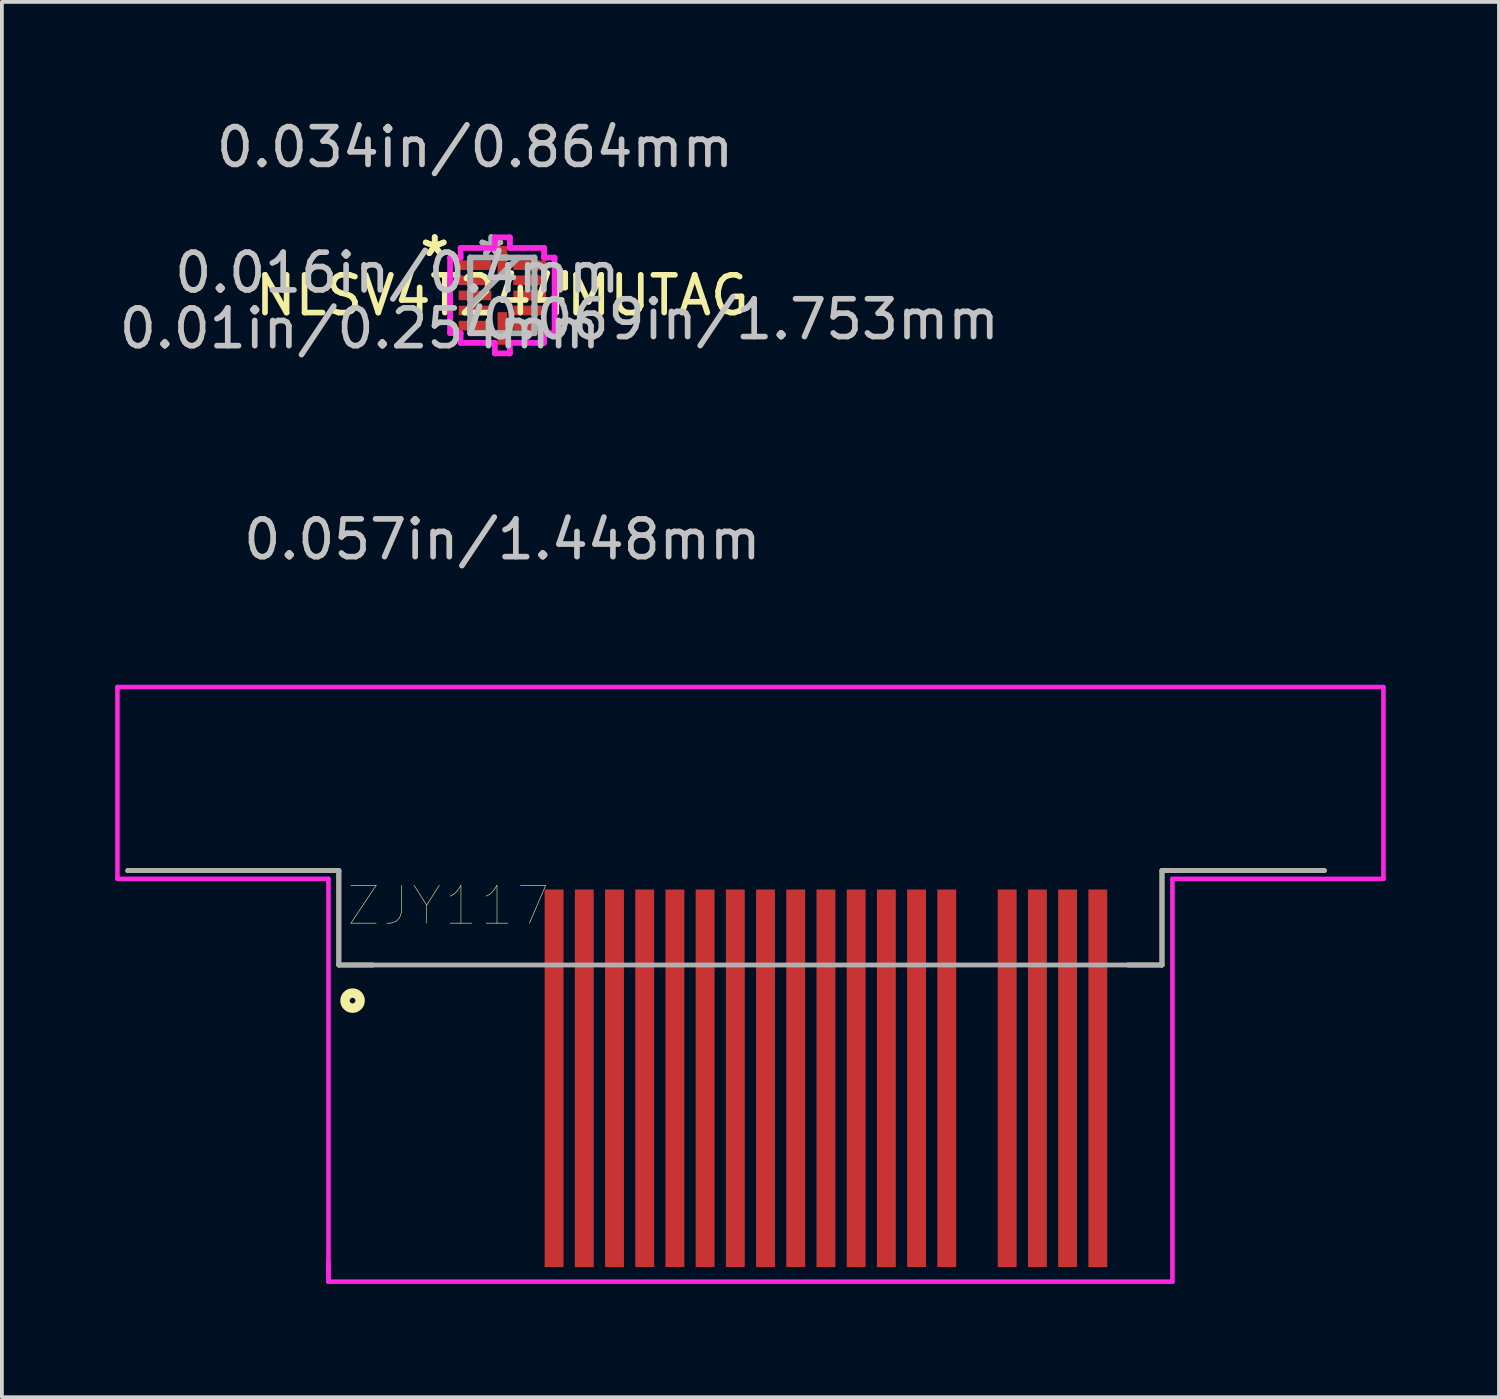
<source format=kicad_pcb>
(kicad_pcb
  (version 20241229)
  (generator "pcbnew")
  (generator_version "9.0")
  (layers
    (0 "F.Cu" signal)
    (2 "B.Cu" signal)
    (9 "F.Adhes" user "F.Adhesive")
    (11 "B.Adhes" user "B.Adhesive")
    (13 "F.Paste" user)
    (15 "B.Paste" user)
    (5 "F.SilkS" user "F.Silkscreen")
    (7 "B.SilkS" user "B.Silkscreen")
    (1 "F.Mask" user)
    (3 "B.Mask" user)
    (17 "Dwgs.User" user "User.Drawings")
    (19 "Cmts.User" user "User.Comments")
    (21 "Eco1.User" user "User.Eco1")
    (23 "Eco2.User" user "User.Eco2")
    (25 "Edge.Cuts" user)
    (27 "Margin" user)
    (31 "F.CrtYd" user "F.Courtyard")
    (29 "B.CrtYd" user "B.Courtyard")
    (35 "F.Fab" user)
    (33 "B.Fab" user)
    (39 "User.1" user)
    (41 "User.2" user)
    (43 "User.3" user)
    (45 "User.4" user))
  (footprint "ZJY117"
    (layer "F.Cu")
    (at 16.824 22.257)
    (property "Reference" "ZJY117" (at -8.001 -1.321 180) (layer "F.SilkS") (effects (font (size 1.003 1.003) (thickness 0.015))))
    (attr through_hole)
    (fp_line (start -10.9 -2.25) (end -16.49 -2.25) (stroke (width 0.127) (type solid)) (layer "F.SilkS"))
    (fp_line (start -10.9 0.25) (end -10.9 -2.25) (stroke (width 0.127) (type solid)) (layer "F.SilkS"))
    (fp_line (start -10.9 0.25) (end -10 0.25) (stroke (width 0.127) (type solid)) (layer "F.SilkS"))
    (fp_line (start 10.9 -2.25) (end 15.2 -2.25) (stroke (width 0.127) (type solid)) (layer "F.SilkS"))
    (fp_line (start 10.9 0.25) (end 10 0.25) (stroke (width 0.127) (type solid)) (layer "F.SilkS"))
    (fp_line (start 10.9 0.25) (end 10.9 -2.25) (stroke (width 0.127) (type solid)) (layer "F.SilkS"))
    (fp_circle (center -10.537 1.193) (end -10.337 1.193) (stroke (width 0.25) (type solid)) (fill no) (layer "F.SilkS"))
    (fp_line (start -16.764 -7.112) (end -16.764 -2.032) (stroke (width 0.12) (type solid)) (layer "F.CrtYd"))
    (fp_line (start -16.764 -2.032) (end -11.176 -2.032) (stroke (width 0.12) (type solid)) (layer "F.CrtYd"))
    (fp_line (start -11.176 -2.032) (end -11.176 8.636) (stroke (width 0.12) (type solid)) (layer "F.CrtYd"))
    (fp_line (start -11.176 8.636) (end -11.176 8.128) (stroke (width 0.12) (type solid)) (layer "F.CrtYd"))
    (fp_line (start -11.176 8.636) (end 11.176 8.636) (stroke (width 0.12) (type solid)) (layer "F.CrtYd"))
    (fp_line (start 11.176 -2.032) (end 16.764 -2.032) (stroke (width 0.12) (type solid)) (layer "F.CrtYd"))
    (fp_line (start 11.176 8.636) (end 11.176 -2.032) (stroke (width 0.12) (type solid)) (layer "F.CrtYd"))
    (fp_line (start 16.764 -7.112) (end -16.764 -7.112) (stroke (width 0.12) (type solid)) (layer "F.CrtYd"))
    (fp_line (start 16.764 -2.032) (end 16.764 -7.112) (stroke (width 0.12) (type solid)) (layer "F.CrtYd"))
    (fp_line (start -10.9 -2.25) (end -16.49 -2.25) (stroke (width 0.127) (type solid)) (layer "F.Fab"))
    (fp_line (start -10.9 0.25) (end -10.9 -2.25) (stroke (width 0.127) (type solid)) (layer "F.Fab"))
    (fp_line (start -10.9 0.25) (end 10.9 0.25) (stroke (width 0.127) (type solid)) (layer "F.Fab"))
    (fp_line (start 10.9 -2.25) (end 15.2 -2.25) (stroke (width 0.127) (type solid)) (layer "F.Fab"))
    (fp_line (start 10.9 0.25) (end 10.9 -2.25) (stroke (width 0.127) (type solid)) (layer "F.Fab"))
    (pad "1" smd rect (at 5.2 3.25) (size 0.5 10) (layers "F.Cu" "F.Mask" "F.Paste"))
    (pad "2" smd rect (at 4.4 3.25) (size 0.5 10) (layers "F.Cu" "F.Mask" "F.Paste"))
    (pad "3" smd rect (at 3.6 3.25) (size 0.5 10) (layers "F.Cu" "F.Mask" "F.Paste"))
    (pad "4" smd rect (at 2.8 3.25) (size 0.5 10) (layers "F.Cu" "F.Mask" "F.Paste"))
    (pad "5" smd rect (at 2 3.25) (size 0.5 10) (layers "F.Cu" "F.Mask" "F.Paste"))
    (pad "6" smd rect (at 1.2 3.25) (size 0.5 10) (layers "F.Cu" "F.Mask" "F.Paste"))
    (pad "7" smd rect (at 0.4 3.25) (size 0.5 10) (layers "F.Cu" "F.Mask" "F.Paste"))
    (pad "8" smd rect (at -0.4 3.25) (size 0.5 10) (layers "F.Cu" "F.Mask" "F.Paste"))
    (pad "9" smd rect (at -1.2 3.25) (size 0.5 10) (layers "F.Cu" "F.Mask" "F.Paste"))
    (pad "10" smd rect (at -2 3.25) (size 0.5 10) (layers "F.Cu" "F.Mask" "F.Paste"))
    (pad "11" smd rect (at -2.8 3.25) (size 0.5 10) (layers "F.Cu" "F.Mask" "F.Paste"))
    (pad "12" smd rect (at -3.6 3.25) (size 0.5 10) (layers "F.Cu" "F.Mask" "F.Paste"))
    (pad "13" smd rect (at -4.4 3.25) (size 0.5 10) (layers "F.Cu" "F.Mask" "F.Paste"))
    (pad "14" smd rect (at -5.2 3.25) (size 0.5 10) (layers "F.Cu" "F.Mask" "F.Paste"))
    (pad "15" smd rect (at 6.8 3.25) (size 0.5 10) (layers "F.Cu" "F.Mask" "F.Paste"))
    (pad "16" smd rect (at 7.6 3.25) (size 0.5 10) (layers "F.Cu" "F.Mask" "F.Paste"))
    (pad "17" smd rect (at 8.4 3.25) (size 0.5 10) (layers "F.Cu" "F.Mask" "F.Paste"))
    (pad "18" smd rect (at 9.2 3.25) (size 0.5 10) (layers "F.Cu" "F.Mask" "F.Paste")))
  (footprint "NLSV4T244MUTAG"
    (layer "F.Cu")
    (at 10.254 4.773)
    (property "Reference" "NLSV4T244MUTAG" (at 0 0 0) (layer "F.SilkS") (effects (font (size 1 1) (thickness 0.15))))
    (attr through_hole)
    (fp_line (start 1.41 -0.59) (end 1.664 -0.59) (stroke (width 0.152) (type solid)) (layer "F.SilkS"))
    (fp_line (start 1.41 -0.209) (end 1.41 -0.59) (stroke (width 0.152) (type solid)) (layer "F.SilkS"))
    (fp_line (start 1.664 -0.59) (end 1.664 -0.209) (stroke (width 0.152) (type solid)) (layer "F.SilkS"))
    (fp_line (start 1.664 -0.209) (end 1.41 -0.209) (stroke (width 0.152) (type solid)) (layer "F.SilkS"))
    (fp_line (start -1.384 -1) (end -1.105 -1) (stroke (width 0.152) (type solid)) (layer "F.CrtYd"))
    (fp_line (start -1.384 1) (end -1.384 -1) (stroke (width 0.152) (type solid)) (layer "F.CrtYd"))
    (fp_line (start -1.105 -1.257) (end -0.2 -1.257) (stroke (width 0.152) (type solid)) (layer "F.CrtYd"))
    (fp_line (start -1.105 -1) (end -1.105 -1.257) (stroke (width 0.152) (type solid)) (layer "F.CrtYd"))
    (fp_line (start -1.105 1) (end -1.384 1) (stroke (width 0.152) (type solid)) (layer "F.CrtYd"))
    (fp_line (start -1.105 1.257) (end -1.105 1) (stroke (width 0.152) (type solid)) (layer "F.CrtYd"))
    (fp_line (start -0.2 -1.537) (end 0.2 -1.537) (stroke (width 0.152) (type solid)) (layer "F.CrtYd"))
    (fp_line (start -0.2 -1.257) (end -0.2 -1.537) (stroke (width 0.152) (type solid)) (layer "F.CrtYd"))
    (fp_line (start -0.2 1.257) (end -1.105 1.257) (stroke (width 0.152) (type solid)) (layer "F.CrtYd"))
    (fp_line (start -0.2 1.537) (end -0.2 1.257) (stroke (width 0.152) (type solid)) (layer "F.CrtYd"))
    (fp_line (start 0.2 -1.537) (end 0.2 -1.257) (stroke (width 0.152) (type solid)) (layer "F.CrtYd"))
    (fp_line (start 0.2 -1.257) (end 1.105 -1.257) (stroke (width 0.152) (type solid)) (layer "F.CrtYd"))
    (fp_line (start 0.2 1.257) (end 0.2 1.537) (stroke (width 0.152) (type solid)) (layer "F.CrtYd"))
    (fp_line (start 0.2 1.537) (end -0.2 1.537) (stroke (width 0.152) (type solid)) (layer "F.CrtYd"))
    (fp_line (start 1.105 -1.257) (end 1.105 -1) (stroke (width 0.152) (type solid)) (layer "F.CrtYd"))
    (fp_line (start 1.105 -1) (end 1.384 -1) (stroke (width 0.152) (type solid)) (layer "F.CrtYd"))
    (fp_line (start 1.105 1) (end 1.105 1.257) (stroke (width 0.152) (type solid)) (layer "F.CrtYd"))
    (fp_line (start 1.105 1.257) (end 0.2 1.257) (stroke (width 0.152) (type solid)) (layer "F.CrtYd"))
    (fp_line (start 1.384 -1) (end 1.384 1) (stroke (width 0.152) (type solid)) (layer "F.CrtYd"))
    (fp_line (start 1.384 1) (end 1.105 1) (stroke (width 0.152) (type solid)) (layer "F.CrtYd"))
    (fp_line (start -0.851 -1.003) (end -0.851 -1.003) (stroke (width 0.152) (type solid)) (layer "F.Fab"))
    (fp_line (start -0.851 -1.003) (end -0.851 1.003) (stroke (width 0.152) (type solid)) (layer "F.Fab"))
    (fp_line (start -0.851 -0.927) (end -0.851 -0.927) (stroke (width 0.152) (type solid)) (layer "F.Fab"))
    (fp_line (start -0.851 -0.927) (end -0.851 -0.673) (stroke (width 0.152) (type solid)) (layer "F.Fab"))
    (fp_line (start -0.851 -0.673) (end -0.851 -0.927) (stroke (width 0.152) (type solid)) (layer "F.Fab"))
    (fp_line (start -0.851 -0.673) (end -0.851 -0.673) (stroke (width 0.152) (type solid)) (layer "F.Fab"))
    (fp_line (start -0.851 -0.527) (end -0.851 -0.527) (stroke (width 0.152) (type solid)) (layer "F.Fab"))
    (fp_line (start -0.851 -0.527) (end -0.851 -0.273) (stroke (width 0.152) (type solid)) (layer "F.Fab"))
    (fp_line (start -0.851 -0.273) (end -0.851 -0.527) (stroke (width 0.152) (type solid)) (layer "F.Fab"))
    (fp_line (start -0.851 -0.273) (end -0.851 -0.273) (stroke (width 0.152) (type solid)) (layer "F.Fab"))
    (fp_line (start -0.851 -0.127) (end -0.851 -0.127) (stroke (width 0.152) (type solid)) (layer "F.Fab"))
    (fp_line (start -0.851 -0.127) (end -0.851 0.127) (stroke (width 0.152) (type solid)) (layer "F.Fab"))
    (fp_line (start -0.851 0.127) (end -0.851 -0.127) (stroke (width 0.152) (type solid)) (layer "F.Fab"))
    (fp_line (start -0.851 0.127) (end -0.851 0.127) (stroke (width 0.152) (type solid)) (layer "F.Fab"))
    (fp_line (start -0.851 0.267) (end 0.419 -1.003) (stroke (width 0.152) (type solid)) (layer "F.Fab"))
    (fp_line (start -0.851 0.273) (end -0.851 0.273) (stroke (width 0.152) (type solid)) (layer "F.Fab"))
    (fp_line (start -0.851 0.273) (end -0.851 0.527) (stroke (width 0.152) (type solid)) (layer "F.Fab"))
    (fp_line (start -0.851 0.527) (end -0.851 0.273) (stroke (width 0.152) (type solid)) (layer "F.Fab"))
    (fp_line (start -0.851 0.527) (end -0.851 0.527) (stroke (width 0.152) (type solid)) (layer "F.Fab"))
    (fp_line (start -0.851 0.673) (end -0.851 0.673) (stroke (width 0.152) (type solid)) (layer "F.Fab"))
    (fp_line (start -0.851 0.673) (end -0.851 0.927) (stroke (width 0.152) (type solid)) (layer "F.Fab"))
    (fp_line (start -0.851 0.927) (end -0.851 0.673) (stroke (width 0.152) (type solid)) (layer "F.Fab"))
    (fp_line (start -0.851 0.927) (end -0.851 0.927) (stroke (width 0.152) (type solid)) (layer "F.Fab"))
    (fp_line (start -0.851 1.003) (end -0.851 1.003) (stroke (width 0.152) (type solid)) (layer "F.Fab"))
    (fp_line (start -0.851 1.003) (end 0.851 1.003) (stroke (width 0.152) (type solid)) (layer "F.Fab"))
    (fp_line (start -0.127 -1.003) (end -0.127 -1.003) (stroke (width 0.152) (type solid)) (layer "F.Fab"))
    (fp_line (start -0.127 -1.003) (end 0.127 -1.003) (stroke (width 0.152) (type solid)) (layer "F.Fab"))
    (fp_line (start -0.127 1.003) (end -0.127 1.003) (stroke (width 0.152) (type solid)) (layer "F.Fab"))
    (fp_line (start -0.127 1.003) (end 0.127 1.003) (stroke (width 0.152) (type solid)) (layer "F.Fab"))
    (fp_line (start 0.127 -1.003) (end -0.127 -1.003) (stroke (width 0.152) (type solid)) (layer "F.Fab"))
    (fp_line (start 0.127 -1.003) (end 0.127 -1.003) (stroke (width 0.152) (type solid)) (layer "F.Fab"))
    (fp_line (start 0.127 1.003) (end -0.127 1.003) (stroke (width 0.152) (type solid)) (layer "F.Fab"))
    (fp_line (start 0.127 1.003) (end 0.127 1.003) (stroke (width 0.152) (type solid)) (layer "F.Fab"))
    (fp_line (start 0.851 -1.003) (end -0.851 -1.003) (stroke (width 0.152) (type solid)) (layer "F.Fab"))
    (fp_line (start 0.851 -1.003) (end 0.851 -1.003) (stroke (width 0.152) (type solid)) (layer "F.Fab"))
    (fp_line (start 0.851 -0.927) (end 0.851 -0.927) (stroke (width 0.152) (type solid)) (layer "F.Fab"))
    (fp_line (start 0.851 -0.927) (end 0.851 -0.673) (stroke (width 0.152) (type solid)) (layer "F.Fab"))
    (fp_line (start 0.851 -0.673) (end 0.851 -0.927) (stroke (width 0.152) (type solid)) (layer "F.Fab"))
    (fp_line (start 0.851 -0.673) (end 0.851 -0.673) (stroke (width 0.152) (type solid)) (layer "F.Fab"))
    (fp_line (start 0.851 -0.527) (end 0.851 -0.527) (stroke (width 0.152) (type solid)) (layer "F.Fab"))
    (fp_line (start 0.851 -0.527) (end 0.851 -0.273) (stroke (width 0.152) (type solid)) (layer "F.Fab"))
    (fp_line (start 0.851 -0.273) (end 0.851 -0.527) (stroke (width 0.152) (type solid)) (layer "F.Fab"))
    (fp_line (start 0.851 -0.273) (end 0.851 -0.273) (stroke (width 0.152) (type solid)) (layer "F.Fab"))
    (fp_line (start 0.851 -0.127) (end 0.851 -0.127) (stroke (width 0.152) (type solid)) (layer "F.Fab"))
    (fp_line (start 0.851 -0.127) (end 0.851 0.127) (stroke (width 0.152) (type solid)) (layer "F.Fab"))
    (fp_line (start 0.851 0.127) (end 0.851 -0.127) (stroke (width 0.152) (type solid)) (layer "F.Fab"))
    (fp_line (start 0.851 0.127) (end 0.851 0.127) (stroke (width 0.152) (type solid)) (layer "F.Fab"))
    (fp_line (start 0.851 0.273) (end 0.851 0.273) (stroke (width 0.152) (type solid)) (layer "F.Fab"))
    (fp_line (start 0.851 0.273) (end 0.851 0.527) (stroke (width 0.152) (type solid)) (layer "F.Fab"))
    (fp_line (start 0.851 0.527) (end 0.851 0.273) (stroke (width 0.152) (type solid)) (layer "F.Fab"))
    (fp_line (start 0.851 0.527) (end 0.851 0.527) (stroke (width 0.152) (type solid)) (layer "F.Fab"))
    (fp_line (start 0.851 0.673) (end 0.851 0.673) (stroke (width 0.152) (type solid)) (layer "F.Fab"))
    (fp_line (start 0.851 0.673) (end 0.851 0.927) (stroke (width 0.152) (type solid)) (layer "F.Fab"))
    (fp_line (start 0.851 0.927) (end 0.851 0.673) (stroke (width 0.152) (type solid)) (layer "F.Fab"))
    (fp_line (start 0.851 0.927) (end 0.851 0.927) (stroke (width 0.152) (type solid)) (layer "F.Fab"))
    (fp_line (start 0.851 1.003) (end 0.851 -1.003) (stroke (width 0.152) (type solid)) (layer "F.Fab"))
    (fp_line (start 0.851 1.003) (end 0.851 1.003) (stroke (width 0.152) (type solid)) (layer "F.Fab"))
    (fp_text user "*" (at -1.791 -1 0) (layer "F.SilkS") (effects (font (size 1 1) (thickness 0.15))))
    (fp_text user "*" (at -1.791 -1 0) (layer "F.SilkS") (effects (font (size 1 1) (thickness 0.15))))
    (fp_text user "0.057in/1.448mm" (at 0 6.464 0) (layer "Dwgs.User") (effects (font (size 1 1) (thickness 0.15))))
    (fp_text user "0.01in/0.254mm" (at -3.772 0.876 0) (layer "Dwgs.User") (effects (font (size 1 1) (thickness 0.15))))
    (fp_text user "0.069in/1.753mm" (at 6.312 0.635 0) (layer "Dwgs.User") (effects (font (size 1 1) (thickness 0.15))))
    (fp_text user "0.016in/0.4mm" (at -2.781 -0.6 0) (layer "Dwgs.User") (effects (font (size 1 1) (thickness 0.15))))
    (fp_text user "0.034in/0.864mm" (at -0.724 -3.924 0) (layer "Dwgs.User") (effects (font (size 1 1) (thickness 0.15))))
    (fp_text user "Copyright 2016 Accelerated Designs. All rights reserved." (at 0 0 0) (layer "Cmts.User") (effects (font (size 0.127 0.127) (thickness 0.002))))
    (fp_text user "*" (at -0.292 -1 0) (layer "F.Fab") (effects (font (size 1 1) (thickness 0.15))))
    (fp_text user "*" (at -0.292 -1 0) (layer "F.Fab") (effects (font (size 1 1) (thickness 0.15))))
    (pad "1" smd rect (at -0.724 -0.8 90) (size 0.254 0.864) (layers "F.Cu" "F.Mask" "F.Paste"))
    (pad "2" smd rect (at -0.724 -0.4 90) (size 0.254 0.864) (layers "F.Cu" "F.Mask" "F.Paste"))
    (pad "3" smd rect (at -0.724 0 90) (size 0.254 0.864) (layers "F.Cu" "F.Mask" "F.Paste"))
    (pad "4" smd rect (at -0.724 0.4 90) (size 0.254 0.864) (layers "F.Cu" "F.Mask" "F.Paste"))
    (pad "5" smd rect (at -0.724 0.8 90) (size 0.254 0.864) (layers "F.Cu" "F.Mask" "F.Paste"))
    (pad "6" smd rect (at 0 0.876) (size 0.254 0.864) (layers "F.Cu" "F.Mask" "F.Paste"))
    (pad "7" smd rect (at 0.724 0.8 90) (size 0.254 0.864) (layers "F.Cu" "F.Mask" "F.Paste"))
    (pad "8" smd rect (at 0.724 0.4 90) (size 0.254 0.864) (layers "F.Cu" "F.Mask" "F.Paste"))
    (pad "9" smd rect (at 0.724 0 90) (size 0.254 0.864) (layers "F.Cu" "F.Mask" "F.Paste"))
    (pad "10" smd rect (at 0.724 -0.4 90) (size 0.254 0.864) (layers "F.Cu" "F.Mask" "F.Paste"))
    (pad "11" smd rect (at 0.724 -0.8 90) (size 0.254 0.864) (layers "F.Cu" "F.Mask" "F.Paste"))
    (pad "12" smd rect (at 0 -0.876) (size 0.254 0.864) (layers "F.Cu" "F.Mask" "F.Paste")))
  (gr_rect
    (start -3 -3)
    (end 36.648 33.953)
    (stroke (width 0.1) (type default))
    (fill no)
    (layer "Edge.Cuts")))
</source>
